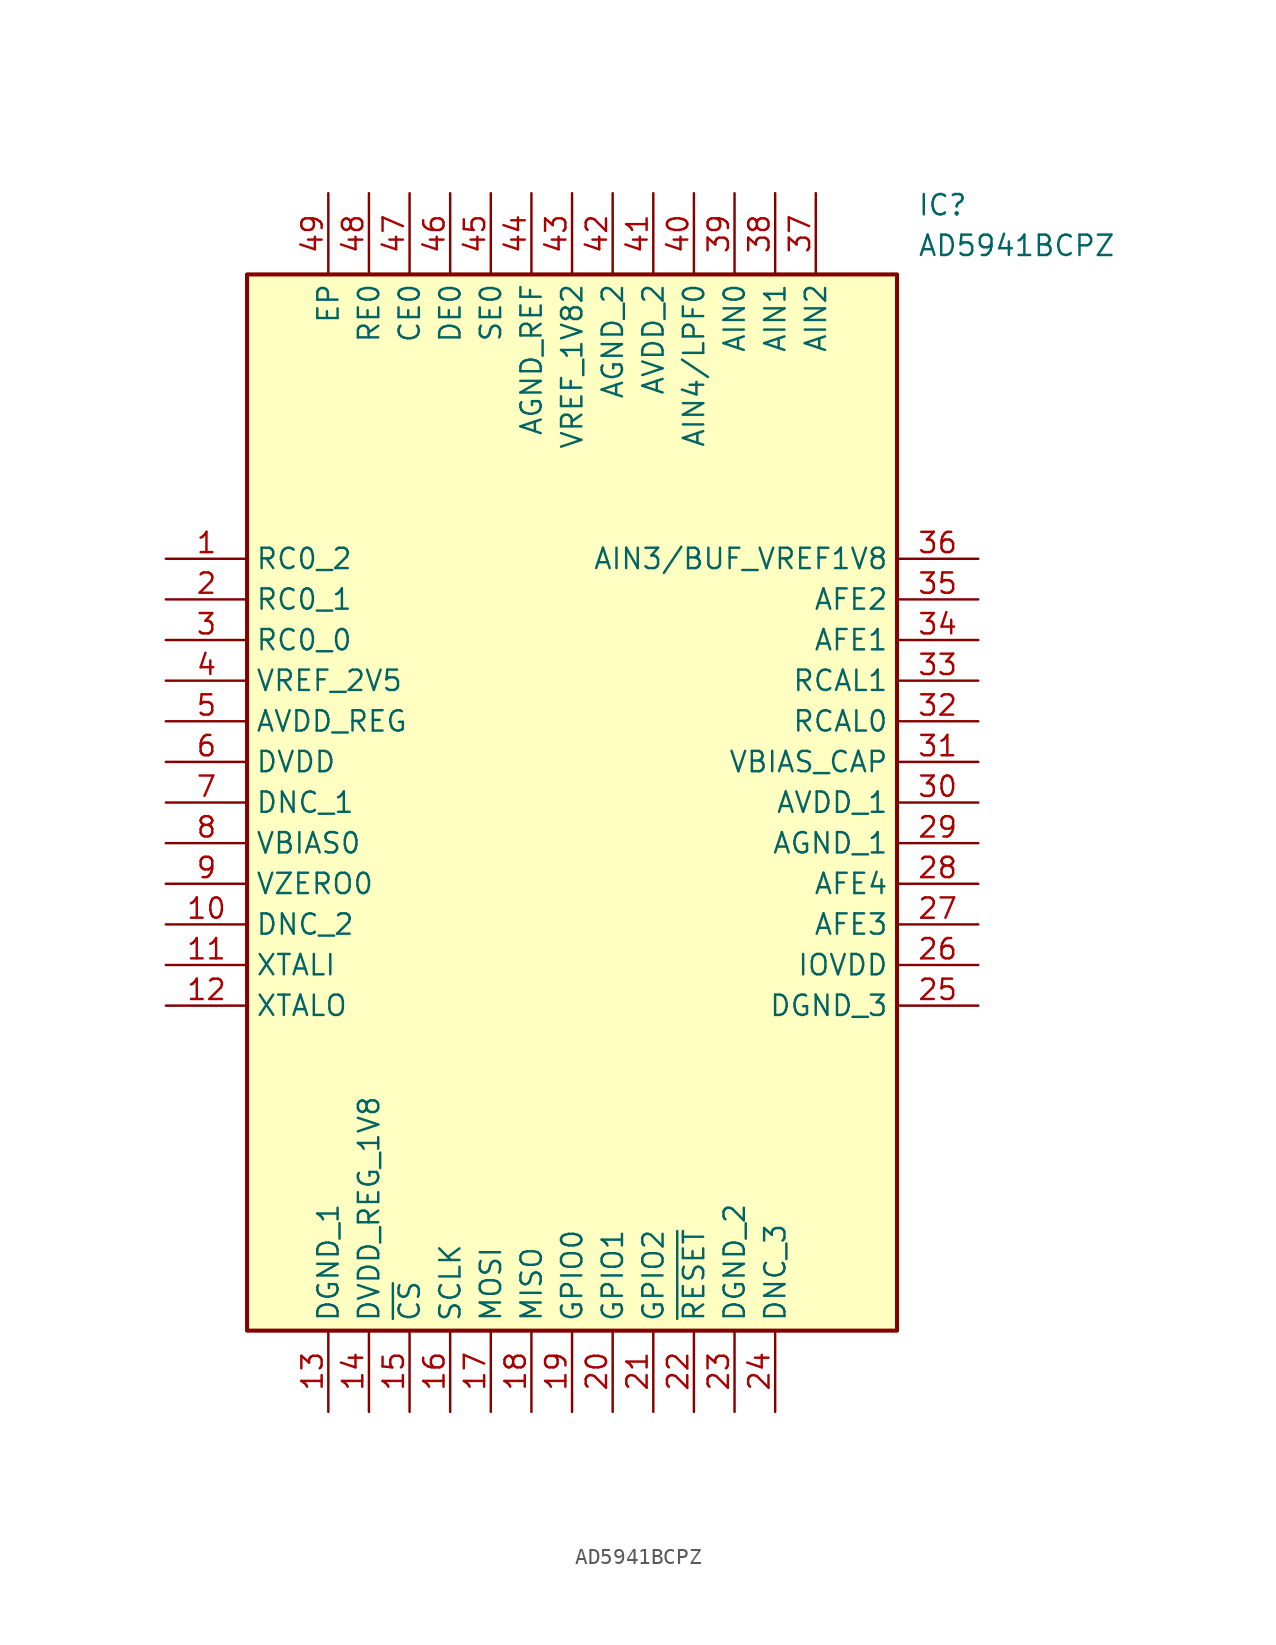
<source format=kicad_sym>
(kicad_symbol_lib
  (version 20211014)
  (generator SamacSys_ECAD_Model)
  (symbol "AD5941BCPZ"
    (property "Reference" "IC"
      (at 46.99 22.86 0)
      (effects (font (size 1.27 1.27)) (justify left top)))
    (property "Value" "AD5941BCPZ"
      (at 46.99 20.32 0)
      (effects (font (size 1.27 1.27)) (justify left top)))
    (rectangle
      (start 5.08 17.78)
      (end 45.72 -48.26)
      (stroke (width 0.254) (type default))
      (fill (type background)))
    (pin passive line
      (at 0 0 0)
      (length 5.08)
      (name "RC0_2" (effects (font (size 1.27 1.27))))
      (number "1" (effects (font (size 1.27 1.27)))))
    (pin passive line
      (at 0 -2.54 0)
      (length 5.08)
      (name "RC0_1" (effects (font (size 1.27 1.27))))
      (number "2" (effects (font (size 1.27 1.27)))))
    (pin passive line
      (at 0 -5.08 0)
      (length 5.08)
      (name "RC0_0" (effects (font (size 1.27 1.27))))
      (number "3" (effects (font (size 1.27 1.27)))))
    (pin passive line
      (at 0 -7.62 0)
      (length 5.08)
      (name "VREF_2V5" (effects (font (size 1.27 1.27))))
      (number "4" (effects (font (size 1.27 1.27)))))
    (pin passive line
      (at 0 -10.16 0)
      (length 5.08)
      (name "AVDD_REG" (effects (font (size 1.27 1.27))))
      (number "5" (effects (font (size 1.27 1.27)))))
    (pin passive line
      (at 0 -12.7 0)
      (length 5.08)
      (name "DVDD" (effects (font (size 1.27 1.27))))
      (number "6" (effects (font (size 1.27 1.27)))))
    (pin passive line
      (at 0 -15.24 0)
      (length 5.08)
      (name "DNC_1" (effects (font (size 1.27 1.27))))
      (number "7" (effects (font (size 1.27 1.27)))))
    (pin passive line
      (at 0 -17.78 0)
      (length 5.08)
      (name "VBIAS0" (effects (font (size 1.27 1.27))))
      (number "8" (effects (font (size 1.27 1.27)))))
    (pin passive line
      (at 0 -20.32 0)
      (length 5.08)
      (name "VZERO0" (effects (font (size 1.27 1.27))))
      (number "9" (effects (font (size 1.27 1.27)))))
    (pin passive line
      (at 0 -22.86 0)
      (length 5.08)
      (name "DNC_2" (effects (font (size 1.27 1.27))))
      (number "10" (effects (font (size 1.27 1.27)))))
    (pin passive line
      (at 0 -25.4 0)
      (length 5.08)
      (name "XTALI" (effects (font (size 1.27 1.27))))
      (number "11" (effects (font (size 1.27 1.27)))))
    (pin passive line
      (at 0 -27.94 0)
      (length 5.08)
      (name "XTALO" (effects (font (size 1.27 1.27))))
      (number "12" (effects (font (size 1.27 1.27)))))
    (pin passive line
      (at 10.16 -53.34 90)
      (length 5.08)
      (name "DGND_1" (effects (font (size 1.27 1.27))))
      (number "13" (effects (font (size 1.27 1.27)))))
    (pin passive line
      (at 12.7 -53.34 90)
      (length 5.08)
      (name "DVDD_REG_1V8" (effects (font (size 1.27 1.27))))
      (number "14" (effects (font (size 1.27 1.27)))))
    (pin passive line
      (at 15.24 -53.34 90)
      (length 5.08)
      (name "~{CS}" (effects (font (size 1.27 1.27))))
      (number "15" (effects (font (size 1.27 1.27)))))
    (pin passive line
      (at 17.78 -53.34 90)
      (length 5.08)
      (name "SCLK" (effects (font (size 1.27 1.27))))
      (number "16" (effects (font (size 1.27 1.27)))))
    (pin passive line
      (at 20.32 -53.34 90)
      (length 5.08)
      (name "MOSI" (effects (font (size 1.27 1.27))))
      (number "17" (effects (font (size 1.27 1.27)))))
    (pin passive line
      (at 22.86 -53.34 90)
      (length 5.08)
      (name "MISO" (effects (font (size 1.27 1.27))))
      (number "18" (effects (font (size 1.27 1.27)))))
    (pin passive line
      (at 25.4 -53.34 90)
      (length 5.08)
      (name "GPIO0" (effects (font (size 1.27 1.27))))
      (number "19" (effects (font (size 1.27 1.27)))))
    (pin passive line
      (at 27.94 -53.34 90)
      (length 5.08)
      (name "GPIO1" (effects (font (size 1.27 1.27))))
      (number "20" (effects (font (size 1.27 1.27)))))
    (pin passive line
      (at 30.48 -53.34 90)
      (length 5.08)
      (name "GPIO2" (effects (font (size 1.27 1.27))))
      (number "21" (effects (font (size 1.27 1.27)))))
    (pin passive line
      (at 33.02 -53.34 90)
      (length 5.08)
      (name "~{RESET}" (effects (font (size 1.27 1.27))))
      (number "22" (effects (font (size 1.27 1.27)))))
    (pin passive line
      (at 35.56 -53.34 90)
      (length 5.08)
      (name "DGND_2" (effects (font (size 1.27 1.27))))
      (number "23" (effects (font (size 1.27 1.27)))))
    (pin passive line
      (at 38.1 -53.34 90)
      (length 5.08)
      (name "DNC_3" (effects (font (size 1.27 1.27))))
      (number "24" (effects (font (size 1.27 1.27)))))
    (pin passive line
      (at 50.8 0 180)
      (length 5.08)
      (name "AIN3/BUF_VREF1V8" (effects (font (size 1.27 1.27))))
      (number "36" (effects (font (size 1.27 1.27)))))
    (pin passive line
      (at 50.8 -2.54 180)
      (length 5.08)
      (name "AFE2" (effects (font (size 1.27 1.27))))
      (number "35" (effects (font (size 1.27 1.27)))))
    (pin passive line
      (at 50.8 -5.08 180)
      (length 5.08)
      (name "AFE1" (effects (font (size 1.27 1.27))))
      (number "34" (effects (font (size 1.27 1.27)))))
    (pin passive line
      (at 50.8 -7.62 180)
      (length 5.08)
      (name "RCAL1" (effects (font (size 1.27 1.27))))
      (number "33" (effects (font (size 1.27 1.27)))))
    (pin passive line
      (at 50.8 -10.16 180)
      (length 5.08)
      (name "RCAL0" (effects (font (size 1.27 1.27))))
      (number "32" (effects (font (size 1.27 1.27)))))
    (pin passive line
      (at 50.8 -12.7 180)
      (length 5.08)
      (name "VBIAS_CAP" (effects (font (size 1.27 1.27))))
      (number "31" (effects (font (size 1.27 1.27)))))
    (pin passive line
      (at 50.8 -15.24 180)
      (length 5.08)
      (name "AVDD_1" (effects (font (size 1.27 1.27))))
      (number "30" (effects (font (size 1.27 1.27)))))
    (pin passive line
      (at 50.8 -17.78 180)
      (length 5.08)
      (name "AGND_1" (effects (font (size 1.27 1.27))))
      (number "29" (effects (font (size 1.27 1.27)))))
    (pin passive line
      (at 50.8 -20.32 180)
      (length 5.08)
      (name "AFE4" (effects (font (size 1.27 1.27))))
      (number "28" (effects (font (size 1.27 1.27)))))
    (pin passive line
      (at 50.8 -22.86 180)
      (length 5.08)
      (name "AFE3" (effects (font (size 1.27 1.27))))
      (number "27" (effects (font (size 1.27 1.27)))))
    (pin passive line
      (at 50.8 -25.4 180)
      (length 5.08)
      (name "IOVDD" (effects (font (size 1.27 1.27))))
      (number "26" (effects (font (size 1.27 1.27)))))
    (pin passive line
      (at 50.8 -27.94 180)
      (length 5.08)
      (name "DGND_3" (effects (font (size 1.27 1.27))))
      (number "25" (effects (font (size 1.27 1.27)))))
    (pin passive line
      (at 10.16 22.86 270)
      (length 5.08)
      (name "EP" (effects (font (size 1.27 1.27))))
      (number "49" (effects (font (size 1.27 1.27)))))
    (pin passive line
      (at 12.7 22.86 270)
      (length 5.08)
      (name "RE0" (effects (font (size 1.27 1.27))))
      (number "48" (effects (font (size 1.27 1.27)))))
    (pin passive line
      (at 15.24 22.86 270)
      (length 5.08)
      (name "CE0" (effects (font (size 1.27 1.27))))
      (number "47" (effects (font (size 1.27 1.27)))))
    (pin passive line
      (at 17.78 22.86 270)
      (length 5.08)
      (name "DE0" (effects (font (size 1.27 1.27))))
      (number "46" (effects (font (size 1.27 1.27)))))
    (pin passive line
      (at 20.32 22.86 270)
      (length 5.08)
      (name "SE0" (effects (font (size 1.27 1.27))))
      (number "45" (effects (font (size 1.27 1.27)))))
    (pin passive line
      (at 22.86 22.86 270)
      (length 5.08)
      (name "AGND_REF" (effects (font (size 1.27 1.27))))
      (number "44" (effects (font (size 1.27 1.27)))))
    (pin passive line
      (at 25.4 22.86 270)
      (length 5.08)
      (name "VREF_1V82" (effects (font (size 1.27 1.27))))
      (number "43" (effects (font (size 1.27 1.27)))))
    (pin passive line
      (at 27.94 22.86 270)
      (length 5.08)
      (name "AGND_2" (effects (font (size 1.27 1.27))))
      (number "42" (effects (font (size 1.27 1.27)))))
    (pin passive line
      (at 30.48 22.86 270)
      (length 5.08)
      (name "AVDD_2" (effects (font (size 1.27 1.27))))
      (number "41" (effects (font (size 1.27 1.27)))))
    (pin passive line
      (at 33.02 22.86 270)
      (length 5.08)
      (name "AIN4/LPF0" (effects (font (size 1.27 1.27))))
      (number "40" (effects (font (size 1.27 1.27)))))
    (pin passive line
      (at 35.56 22.86 270)
      (length 5.08)
      (name "AIN0" (effects (font (size 1.27 1.27))))
      (number "39" (effects (font (size 1.27 1.27)))))
    (pin passive line
      (at 38.1 22.86 270)
      (length 5.08)
      (name "AIN1" (effects (font (size 1.27 1.27))))
      (number "38" (effects (font (size 1.27 1.27)))))
    (pin passive line
      (at 40.64 22.86 270)
      (length 5.08)
      (name "AIN2" (effects (font (size 1.27 1.27))))
      (number "37" (effects (font (size 1.27 1.27)))))))
</source>
